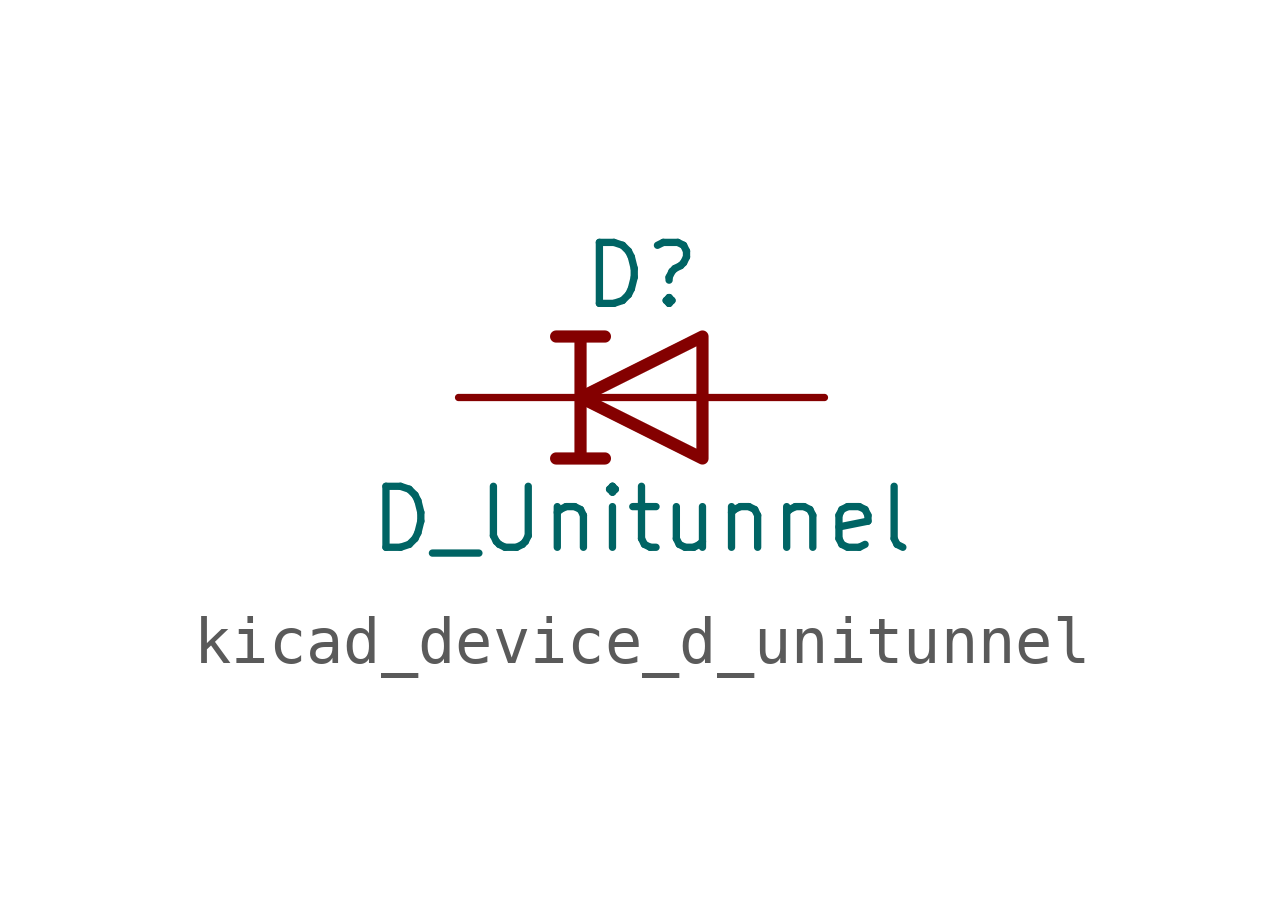
<source format=kicad_sym>
(kicad_symbol_lib
  (version 20220914)
  (generator kicad_symbol_editor)
  (symbol "kicad_device_d_unitunnel"
    (pin_numbers hide)
    (pin_names
      (offset 1.016) hide)
    (property "Reference" "D"
      (at 0 2.54 0)
      (effects (font (size 1.27 1.27))))
    (property "Value" "D_Unitunnel"
      (at 0 -2.54 0)
      (effects (font (size 1.27 1.27))))
    (symbol "kicad_device_d_unitunnel_0_1"
      (polyline (pts (xy 1.27 0) (xy -1.27 0)) (stroke (width 0) (type default)) (fill (type none)))
      (polyline (pts (xy 1.27 -1.27) (xy 1.27 1.27) (xy -1.27 0) (xy 1.27 -1.27)) (stroke (width 0.254) (type default)) (fill (type none)))
      (polyline (pts (xy -1.778 -1.27) (xy -0.762 -1.27) (xy -1.27 -1.27) (xy -1.27 1.27) (xy -0.762 1.27) (xy -1.778 1.27)) (stroke (width 0.254) (type default)) (fill (type none))))
    (symbol "kicad_device_d_unitunnel_1_1"
      (pin passive line (at -3.81 0 0) (length 2.54) (name "K" (effects (font (size 1.27 1.27)))) (number "1" (effects (font (size 1.27 1.27)))))
      (pin passive line (at 3.81 0 180) (length 2.54) (name "A" (effects (font (size 1.27 1.27)))) (number "2" (effects (font (size 1.27 1.27))))))))
</source>
